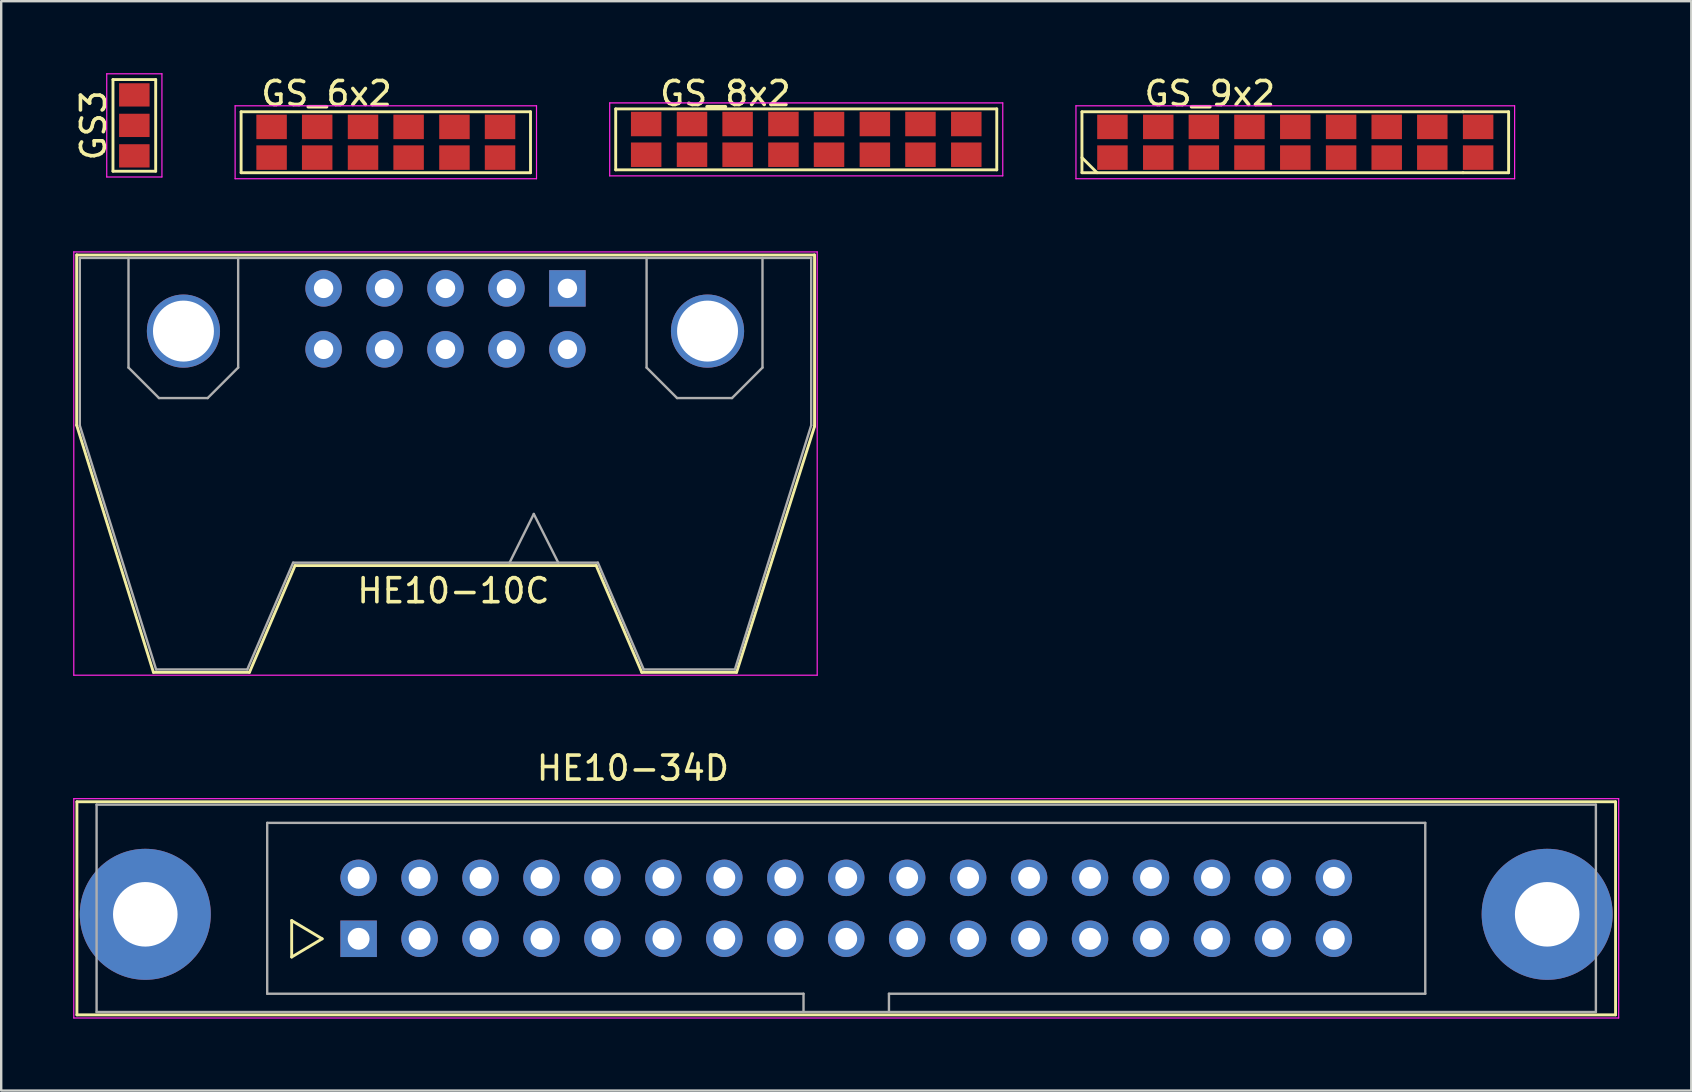
<source format=kicad_pcb>
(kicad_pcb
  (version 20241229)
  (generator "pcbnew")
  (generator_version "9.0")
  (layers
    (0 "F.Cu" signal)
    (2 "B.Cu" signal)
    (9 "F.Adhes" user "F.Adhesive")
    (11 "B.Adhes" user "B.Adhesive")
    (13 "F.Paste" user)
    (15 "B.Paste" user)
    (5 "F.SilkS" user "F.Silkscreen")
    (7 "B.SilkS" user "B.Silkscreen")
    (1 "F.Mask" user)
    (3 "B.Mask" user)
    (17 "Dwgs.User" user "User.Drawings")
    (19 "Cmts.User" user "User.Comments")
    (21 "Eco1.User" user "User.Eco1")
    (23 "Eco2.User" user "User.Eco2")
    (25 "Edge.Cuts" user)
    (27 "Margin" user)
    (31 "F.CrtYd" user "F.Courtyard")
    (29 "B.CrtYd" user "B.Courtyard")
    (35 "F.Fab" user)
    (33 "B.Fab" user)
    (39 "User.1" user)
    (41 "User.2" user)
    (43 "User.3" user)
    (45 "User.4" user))
  (footprint "GS_9x2"
    (layer "F.Cu")
    (at 50.928 2.878)
    (property "Reference" "GS_9x2" (at -3.56 -2.03 0) (layer "F.SilkS") (effects (font (size 1 1) (thickness 0.15))))
    (attr smd)
    (fp_line (start -8.89 -1.27) (end 6.99 -1.27) (stroke (width 0.12) (type solid)) (layer "F.SilkS"))
    (fp_line (start -8.89 0.64) (end -8.26 1.27) (stroke (width 0.12) (type solid)) (layer "F.SilkS"))
    (fp_line (start -8.89 1.27) (end -8.89 -1.27) (stroke (width 0.12) (type solid)) (layer "F.SilkS"))
    (fp_line (start 6.99 -1.27) (end 8.89 -1.27) (stroke (width 0.12) (type solid)) (layer "F.SilkS"))
    (fp_line (start 6.99 1.27) (end -8.89 1.27) (stroke (width 0.12) (type solid)) (layer "F.SilkS"))
    (fp_line (start 8.89 -1.27) (end 8.89 1.27) (stroke (width 0.12) (type solid)) (layer "F.SilkS"))
    (fp_line (start 8.89 1.27) (end 6.99 1.27) (stroke (width 0.12) (type solid)) (layer "F.SilkS"))
    (fp_line (start -9.14 -1.52) (end -9.14 1.52) (stroke (width 0.05) (type solid)) (layer "F.CrtYd"))
    (fp_line (start -9.14 -1.52) (end 9.14 -1.52) (stroke (width 0.05) (type solid)) (layer "F.CrtYd"))
    (fp_line (start 9.14 1.52) (end -9.14 1.52) (stroke (width 0.05) (type solid)) (layer "F.CrtYd"))
    (fp_line (start 9.14 1.52) (end 9.14 -1.52) (stroke (width 0.05) (type solid)) (layer "F.CrtYd"))
    (pad "1" smd rect (at -7.62 0.64) (size 1.27 1.02) (layers "F.Cu" "F.Mask" "F.Paste"))
    (pad "2" smd rect (at -7.62 -0.64) (size 1.27 1.02) (layers "F.Cu" "F.Mask" "F.Paste"))
    (pad "3" smd rect (at -5.71 0.64) (size 1.27 1.02) (layers "F.Cu" "F.Mask" "F.Paste"))
    (pad "4" smd rect (at -5.71 -0.64) (size 1.27 1.02) (layers "F.Cu" "F.Mask" "F.Paste"))
    (pad "5" smd rect (at -3.81 0.64) (size 1.27 1.02) (layers "F.Cu" "F.Mask" "F.Paste"))
    (pad "6" smd rect (at -3.81 -0.64) (size 1.27 1.02) (layers "F.Cu" "F.Mask" "F.Paste"))
    (pad "7" smd rect (at -1.91 0.64) (size 1.27 1.02) (layers "F.Cu" "F.Mask" "F.Paste"))
    (pad "8" smd rect (at -1.91 -0.64) (size 1.27 1.02) (layers "F.Cu" "F.Mask" "F.Paste"))
    (pad "9" smd rect (at 0 0.64) (size 1.27 1.02) (layers "F.Cu" "F.Mask" "F.Paste"))
    (pad "10" smd rect (at 0 -0.64) (size 1.27 1.02) (layers "F.Cu" "F.Mask" "F.Paste"))
    (pad "11" smd rect (at 1.91 0.64) (size 1.27 1.02) (layers "F.Cu" "F.Mask" "F.Paste"))
    (pad "12" smd rect (at 1.91 -0.64) (size 1.27 1.02) (layers "F.Cu" "F.Mask" "F.Paste"))
    (pad "13" smd rect (at 3.81 0.64) (size 1.27 1.02) (layers "F.Cu" "F.Mask" "F.Paste"))
    (pad "14" smd rect (at 3.81 -0.64) (size 1.27 1.02) (layers "F.Cu" "F.Mask" "F.Paste"))
    (pad "15" smd rect (at 5.71 0.64) (size 1.27 1.02) (layers "F.Cu" "F.Mask" "F.Paste"))
    (pad "16" smd rect (at 5.71 -0.64) (size 1.27 1.02) (layers "F.Cu" "F.Mask" "F.Paste"))
    (pad "17" smd rect (at 7.62 0.64) (size 1.27 1.02) (layers "F.Cu" "F.Mask" "F.Paste"))
    (pad "18" smd rect (at 7.62 -0.64) (size 1.27 1.02) (layers "F.Cu" "F.Mask" "F.Paste")))
  (footprint "GS_6x2"
    (layer "F.Cu")
    (at 13.028 2.878)
    (property "Reference" "GS_6x2" (at -2.47 -2.03 0) (layer "F.SilkS") (effects (font (size 1 1) (thickness 0.15))))
    (attr smd)
    (fp_line (start -6.03 -1.27) (end 6.03 -1.27) (stroke (width 0.12) (type solid)) (layer "F.SilkS"))
    (fp_line (start -6.03 1.27) (end -6.03 -1.27) (stroke (width 0.12) (type solid)) (layer "F.SilkS"))
    (fp_line (start 6.03 -1.27) (end 6.03 1.27) (stroke (width 0.12) (type solid)) (layer "F.SilkS"))
    (fp_line (start 6.03 1.27) (end -6.03 1.27) (stroke (width 0.12) (type solid)) (layer "F.SilkS"))
    (fp_line (start -6.28 -1.52) (end -6.28 1.52) (stroke (width 0.05) (type solid)) (layer "F.CrtYd"))
    (fp_line (start -6.28 -1.52) (end 6.28 -1.52) (stroke (width 0.05) (type solid)) (layer "F.CrtYd"))
    (fp_line (start 6.28 1.52) (end -6.28 1.52) (stroke (width 0.05) (type solid)) (layer "F.CrtYd"))
    (fp_line (start 6.28 1.52) (end 6.28 -1.52) (stroke (width 0.05) (type solid)) (layer "F.CrtYd"))
    (pad "1" smd rect (at -4.76 0.64) (size 1.27 1.02) (layers "F.Cu" "F.Mask" "F.Paste"))
    (pad "2" smd rect (at -4.76 -0.64) (size 1.27 1.02) (layers "F.Cu" "F.Mask" "F.Paste"))
    (pad "3" smd rect (at -2.86 0.64) (size 1.27 1.02) (layers "F.Cu" "F.Mask" "F.Paste"))
    (pad "4" smd rect (at -2.86 -0.64) (size 1.27 1.02) (layers "F.Cu" "F.Mask" "F.Paste"))
    (pad "5" smd rect (at -0.95 0.64) (size 1.27 1.02) (layers "F.Cu" "F.Mask" "F.Paste"))
    (pad "6" smd rect (at -0.95 -0.64) (size 1.27 1.02) (layers "F.Cu" "F.Mask" "F.Paste"))
    (pad "7" smd rect (at 0.95 0.64) (size 1.27 1.02) (layers "F.Cu" "F.Mask" "F.Paste"))
    (pad "8" smd rect (at 0.95 -0.64) (size 1.27 1.02) (layers "F.Cu" "F.Mask" "F.Paste"))
    (pad "9" smd rect (at 2.86 0.64) (size 1.27 1.02) (layers "F.Cu" "F.Mask" "F.Paste"))
    (pad "10" smd rect (at 2.86 -0.64) (size 1.27 1.02) (layers "F.Cu" "F.Mask" "F.Paste"))
    (pad "11" smd rect (at 4.76 0.64) (size 1.27 1.02) (layers "F.Cu" "F.Mask" "F.Paste"))
    (pad "12" smd rect (at 4.76 -0.64) (size 1.27 1.02) (layers "F.Cu" "F.Mask" "F.Paste")))
  (footprint "HE10-10C"
    (layer "F.Cu")
    (at 20.595 8.968)
    (property "Reference" "HE10-10C" (at -4.75 12.6 180) (layer "F.SilkS") (effects (font (size 1 1) (thickness 0.15))))
    (attr through_hole)
    (fp_line (start -20.45 -1.4) (end -20.45 5.7) (stroke (width 0.12) (type solid)) (layer "F.SilkS"))
    (fp_line (start -20.45 5.7) (end -17.25 16) (stroke (width 0.12) (type solid)) (layer "F.SilkS"))
    (fp_line (start -20.44 -1.39) (end 10.28 -1.39) (stroke (width 0.12) (type solid)) (layer "F.SilkS"))
    (fp_line (start -17.25 16) (end -13.25 16) (stroke (width 0.12) (type solid)) (layer "F.SilkS"))
    (fp_line (start -13.25 16) (end -11.35 11.55) (stroke (width 0.12) (type solid)) (layer "F.SilkS"))
    (fp_line (start -11.35 11.55) (end 1.2 11.55) (stroke (width 0.12) (type solid)) (layer "F.SilkS"))
    (fp_line (start 1.2 11.55) (end 3.1 16) (stroke (width 0.12) (type solid)) (layer "F.SilkS"))
    (fp_line (start 3.1 16) (end 7.05 16) (stroke (width 0.12) (type solid)) (layer "F.SilkS"))
    (fp_line (start 7.05 16) (end 10.3 5.75) (stroke (width 0.12) (type solid)) (layer "F.SilkS"))
    (fp_line (start 10.3 5.75) (end 10.3 -1.4) (stroke (width 0.12) (type solid)) (layer "F.SilkS"))
    (fp_line (start -20.57 -1.52) (end -20.57 16.12) (stroke (width 0.05) (type solid)) (layer "F.CrtYd"))
    (fp_line (start -20.57 -1.52) (end 10.41 -1.52) (stroke (width 0.05) (type solid)) (layer "F.CrtYd"))
    (fp_line (start 10.41 16.12) (end -20.57 16.12) (stroke (width 0.05) (type solid)) (layer "F.CrtYd"))
    (fp_line (start 10.41 16.12) (end 10.41 -1.52) (stroke (width 0.05) (type solid)) (layer "F.CrtYd"))
    (fp_line (start -20.32 -1.27) (end -20.32 5.71) (stroke (width 0.1) (type solid)) (layer "F.Fab"))
    (fp_line (start -20.32 5.71) (end -17.14 15.88) (stroke (width 0.1) (type solid)) (layer "F.Fab"))
    (fp_line (start -18.29 3.3) (end -18.29 -1.27) (stroke (width 0.1) (type solid)) (layer "F.Fab"))
    (fp_line (start -17.14 15.88) (end -13.34 15.88) (stroke (width 0.1) (type solid)) (layer "F.Fab"))
    (fp_line (start -17.02 4.57) (end -18.29 3.3) (stroke (width 0.1) (type solid)) (layer "F.Fab"))
    (fp_line (start -14.99 4.57) (end -17.02 4.57) (stroke (width 0.1) (type solid)) (layer "F.Fab"))
    (fp_line (start -13.72 -1.27) (end -13.72 3.3) (stroke (width 0.1) (type solid)) (layer "F.Fab"))
    (fp_line (start -13.72 3.3) (end -14.99 4.57) (stroke (width 0.1) (type solid)) (layer "F.Fab"))
    (fp_line (start -13.34 15.88) (end -11.43 11.43) (stroke (width 0.1) (type solid)) (layer "F.Fab"))
    (fp_line (start -11.43 11.43) (end 1.27 11.43) (stroke (width 0.1) (type solid)) (layer "F.Fab"))
    (fp_line (start -1.4 9.4) (end -2.41 11.43) (stroke (width 0.1) (type solid)) (layer "F.Fab"))
    (fp_line (start -0.38 11.43) (end -1.4 9.4) (stroke (width 0.1) (type solid)) (layer "F.Fab"))
    (fp_line (start 3.18 15.88) (end 1.27 11.43) (stroke (width 0.1) (type solid)) (layer "F.Fab"))
    (fp_line (start 3.3 3.3) (end 3.3 -1.27) (stroke (width 0.1) (type solid)) (layer "F.Fab"))
    (fp_line (start 4.57 4.57) (end 3.3 3.3) (stroke (width 0.1) (type solid)) (layer "F.Fab"))
    (fp_line (start 6.86 4.57) (end 4.57 4.57) (stroke (width 0.1) (type solid)) (layer "F.Fab"))
    (fp_line (start 6.98 15.88) (end 3.18 15.88) (stroke (width 0.1) (type solid)) (layer "F.Fab"))
    (fp_line (start 8.13 -1.27) (end 8.13 3.3) (stroke (width 0.1) (type solid)) (layer "F.Fab"))
    (fp_line (start 8.13 3.3) (end 6.86 4.57) (stroke (width 0.1) (type solid)) (layer "F.Fab"))
    (fp_line (start 10.16 -1.27) (end -20.32 -1.27) (stroke (width 0.1) (type solid)) (layer "F.Fab"))
    (fp_line (start 10.16 -1.27) (end 10.16 5.71) (stroke (width 0.1) (type solid)) (layer "F.Fab"))
    (fp_line (start 10.16 5.71) (end 6.98 15.88) (stroke (width 0.1) (type solid)) (layer "F.Fab"))
    (pad "0" thru_hole circle (at -16 1.78) (size 3.05 3.05) (drill 2.54) (layers "*.Cu" "*.Mask"))
    (pad "0" thru_hole circle (at 5.84 1.78) (size 3.05 3.05) (drill 2.54) (layers "*.Cu" "*.Mask"))
    (pad "1" thru_hole rect (at 0 0) (size 1.52 1.52) (drill 0.81) (layers "*.Cu" "*.Mask"))
    (pad "2" thru_hole circle (at 0 2.54) (size 1.52 1.52) (drill 0.81) (layers "*.Cu" "*.Mask"))
    (pad "3" thru_hole circle (at -2.54 0) (size 1.52 1.52) (drill 0.81) (layers "*.Cu" "*.Mask"))
    (pad "4" thru_hole circle (at -2.54 2.54) (size 1.52 1.52) (drill 0.81) (layers "*.Cu" "*.Mask"))
    (pad "5" thru_hole circle (at -5.08 0) (size 1.52 1.52) (drill 0.81) (layers "*.Cu" "*.Mask"))
    (pad "6" thru_hole circle (at -5.08 2.54) (size 1.52 1.52) (drill 0.81) (layers "*.Cu" "*.Mask"))
    (pad "7" thru_hole circle (at -7.62 0) (size 1.52 1.52) (drill 0.81) (layers "*.Cu" "*.Mask"))
    (pad "8" thru_hole circle (at -7.62 2.54) (size 1.52 1.52) (drill 0.81) (layers "*.Cu" "*.Mask"))
    (pad "9" thru_hole circle (at -10.16 0) (size 1.52 1.52) (drill 0.81) (layers "*.Cu" "*.Mask"))
    (pad "10" thru_hole circle (at -10.16 2.54) (size 1.52 1.52) (drill 0.81) (layers "*.Cu" "*.Mask")))
  (footprint "GS_8x2"
    (layer "F.Cu")
    (at 30.548 2.758)
    (property "Reference" "GS_8x2" (at -3.37 -1.91 0) (layer "F.SilkS") (effects (font (size 1 1) (thickness 0.15))))
    (attr smd)
    (fp_line (start -7.94 -1.27) (end 7.94 -1.27) (stroke (width 0.12) (type solid)) (layer "F.SilkS"))
    (fp_line (start -7.94 1.27) (end -7.94 -1.27) (stroke (width 0.12) (type solid)) (layer "F.SilkS"))
    (fp_line (start 7.94 -1.27) (end 7.94 1.27) (stroke (width 0.12) (type solid)) (layer "F.SilkS"))
    (fp_line (start 7.94 1.27) (end -7.94 1.27) (stroke (width 0.12) (type solid)) (layer "F.SilkS"))
    (fp_line (start -8.19 -1.52) (end -8.19 1.52) (stroke (width 0.05) (type solid)) (layer "F.CrtYd"))
    (fp_line (start -8.19 -1.52) (end 8.19 -1.52) (stroke (width 0.05) (type solid)) (layer "F.CrtYd"))
    (fp_line (start 8.19 1.52) (end -8.19 1.52) (stroke (width 0.05) (type solid)) (layer "F.CrtYd"))
    (fp_line (start 8.19 1.52) (end 8.19 -1.52) (stroke (width 0.05) (type solid)) (layer "F.CrtYd"))
    (pad "1" smd rect (at -6.67 0.64) (size 1.27 1.02) (layers "F.Cu" "F.Mask" "F.Paste"))
    (pad "2" smd rect (at -6.67 -0.64) (size 1.27 1.02) (layers "F.Cu" "F.Mask" "F.Paste"))
    (pad "3" smd rect (at -4.76 0.64) (size 1.27 1.02) (layers "F.Cu" "F.Mask" "F.Paste"))
    (pad "4" smd rect (at -4.76 -0.64) (size 1.27 1.02) (layers "F.Cu" "F.Mask" "F.Paste"))
    (pad "5" smd rect (at -2.86 0.64) (size 1.27 1.02) (layers "F.Cu" "F.Mask" "F.Paste"))
    (pad "6" smd rect (at -2.86 -0.64) (size 1.27 1.02) (layers "F.Cu" "F.Mask" "F.Paste"))
    (pad "7" smd rect (at -0.95 0.64) (size 1.27 1.02) (layers "F.Cu" "F.Mask" "F.Paste"))
    (pad "8" smd rect (at -0.95 -0.64) (size 1.27 1.02) (layers "F.Cu" "F.Mask" "F.Paste"))
    (pad "9" smd rect (at 0.95 0.64) (size 1.27 1.02) (layers "F.Cu" "F.Mask" "F.Paste"))
    (pad "10" smd rect (at 0.95 -0.64) (size 1.27 1.02) (layers "F.Cu" "F.Mask" "F.Paste"))
    (pad "11" smd rect (at 2.86 0.64) (size 1.27 1.02) (layers "F.Cu" "F.Mask" "F.Paste"))
    (pad "12" smd rect (at 2.86 -0.64) (size 1.27 1.02) (layers "F.Cu" "F.Mask" "F.Paste"))
    (pad "13" smd rect (at 4.76 0.64) (size 1.27 1.02) (layers "F.Cu" "F.Mask" "F.Paste"))
    (pad "14" smd rect (at 4.76 -0.64) (size 1.27 1.02) (layers "F.Cu" "F.Mask" "F.Paste"))
    (pad "15" smd rect (at 6.67 0.64) (size 1.27 1.02) (layers "F.Cu" "F.Mask" "F.Paste"))
    (pad "16" smd rect (at 6.67 -0.64) (size 1.27 1.02) (layers "F.Cu" "F.Mask" "F.Paste")))
  (footprint "GS3"
    (layer "F.Cu")
    (at 2.548 2.175)
    (property "Reference" "GS3" (at -1.7 0 90) (layer "F.SilkS") (effects (font (size 1 1) (thickness 0.15))))
    (attr smd)
    (fp_line (start -0.89 -1.91) (end -0.89 1.91) (stroke (width 0.12) (type solid)) (layer "F.SilkS"))
    (fp_line (start -0.89 -1.91) (end 0.89 -1.91) (stroke (width 0.12) (type solid)) (layer "F.SilkS"))
    (fp_line (start -0.89 1.91) (end 0.89 1.91) (stroke (width 0.12) (type solid)) (layer "F.SilkS"))
    (fp_line (start 0.89 1.91) (end 0.89 -1.91) (stroke (width 0.12) (type solid)) (layer "F.SilkS"))
    (fp_line (start -1.15 -2.15) (end 1.15 -2.15) (stroke (width 0.05) (type solid)) (layer "F.CrtYd"))
    (fp_line (start -1.15 2.15) (end -1.15 -2.15) (stroke (width 0.05) (type solid)) (layer "F.CrtYd"))
    (fp_line (start 1.15 -2.15) (end 1.15 2.15) (stroke (width 0.05) (type solid)) (layer "F.CrtYd"))
    (fp_line (start 1.15 2.15) (end -1.15 2.15) (stroke (width 0.05) (type solid)) (layer "F.CrtYd"))
    (pad "1" smd rect (at 0 -1.27) (size 1.27 0.97) (layers "F.Cu" "F.Mask" "F.Paste"))
    (pad "2" smd rect (at 0 0) (size 1.27 0.97) (layers "F.Cu" "F.Mask" "F.Paste"))
    (pad "3" smd rect (at 0 1.27) (size 1.27 0.97) (layers "F.Cu" "F.Mask" "F.Paste")))
  (footprint "HE10-34D"
    (layer "F.Cu")
    (at 11.895 36.072)
    (property "Reference" "HE10-34D" (at 11.43 -7.11 0) (layer "F.SilkS") (effects (font (size 1 1) (thickness 0.15))))
    (attr through_hole)
    (fp_line (start -11.74 -5.71) (end -11.74 3.17) (stroke (width 0.12) (type solid)) (layer "F.SilkS"))
    (fp_line (start -11.74 -5.71) (end 52.38 -5.71) (stroke (width 0.12) (type solid)) (layer "F.SilkS"))
    (fp_line (start -2.79 -0.76) (end -2.79 0.76) (stroke (width 0.12) (type solid)) (layer "F.SilkS"))
    (fp_line (start -2.79 0.76) (end -1.52 0) (stroke (width 0.12) (type solid)) (layer "F.SilkS"))
    (fp_line (start -1.52 0) (end -2.79 -0.76) (stroke (width 0.12) (type solid)) (layer "F.SilkS"))
    (fp_line (start 52.38 3.17) (end -11.74 3.17) (stroke (width 0.12) (type solid)) (layer "F.SilkS"))
    (fp_line (start 52.38 3.17) (end 52.38 -5.71) (stroke (width 0.12) (type solid)) (layer "F.SilkS"))
    (fp_line (start -11.87 -5.84) (end -11.87 3.3) (stroke (width 0.05) (type solid)) (layer "F.CrtYd"))
    (fp_line (start -11.87 -5.84) (end 52.51 -5.84) (stroke (width 0.05) (type solid)) (layer "F.CrtYd"))
    (fp_line (start 52.51 3.3) (end -11.87 3.3) (stroke (width 0.05) (type solid)) (layer "F.CrtYd"))
    (fp_line (start 52.51 3.3) (end 52.51 -5.84) (stroke (width 0.05) (type solid)) (layer "F.CrtYd"))
    (fp_line (start -10.92 -5.59) (end -10.92 3.05) (stroke (width 0.1) (type solid)) (layer "F.Fab"))
    (fp_line (start -10.92 3.05) (end 51.56 3.05) (stroke (width 0.1) (type solid)) (layer "F.Fab"))
    (fp_line (start -3.81 -4.83) (end 44.45 -4.83) (stroke (width 0.1) (type solid)) (layer "F.Fab"))
    (fp_line (start -3.81 2.29) (end -3.81 -4.83) (stroke (width 0.1) (type solid)) (layer "F.Fab"))
    (fp_line (start 18.54 2.29) (end -3.81 2.29) (stroke (width 0.1) (type solid)) (layer "F.Fab"))
    (fp_line (start 18.54 3.05) (end 18.54 2.29) (stroke (width 0.1) (type solid)) (layer "F.Fab"))
    (fp_line (start 22.1 2.29) (end 22.1 3.05) (stroke (width 0.1) (type solid)) (layer "F.Fab"))
    (fp_line (start 44.45 -4.83) (end 44.45 2.29) (stroke (width 0.1) (type solid)) (layer "F.Fab"))
    (fp_line (start 44.45 2.29) (end 22.1 2.29) (stroke (width 0.1) (type solid)) (layer "F.Fab"))
    (fp_line (start 51.56 -5.59) (end -10.92 -5.59) (stroke (width 0.1) (type solid)) (layer "F.Fab"))
    (fp_line (start 51.56 3.05) (end 51.56 -5.59) (stroke (width 0.1) (type solid)) (layer "F.Fab"))
    (pad "" thru_hole circle (at -8.89 -1.02) (size 5.46 5.46) (drill 2.69) (layers "*.Cu" "*.Mask"))
    (pad "" thru_hole circle (at 49.53 -1.02) (size 5.46 5.46) (drill 2.69) (layers "*.Cu" "*.Mask"))
    (pad "1" thru_hole rect (at 0 0) (size 1.52 1.52) (drill 0.91) (layers "*.Cu" "*.Mask"))
    (pad "2" thru_hole circle (at 0 -2.54) (size 1.52 1.52) (drill 0.91) (layers "*.Cu" "*.Mask"))
    (pad "3" thru_hole circle (at 2.54 0) (size 1.52 1.52) (drill 0.91) (layers "*.Cu" "*.Mask"))
    (pad "4" thru_hole circle (at 2.54 -2.54) (size 1.52 1.52) (drill 0.91) (layers "*.Cu" "*.Mask"))
    (pad "5" thru_hole circle (at 5.08 0) (size 1.52 1.52) (drill 0.91) (layers "*.Cu" "*.Mask"))
    (pad "6" thru_hole circle (at 5.08 -2.54) (size 1.52 1.52) (drill 0.91) (layers "*.Cu" "*.Mask"))
    (pad "7" thru_hole circle (at 7.62 0) (size 1.52 1.52) (drill 0.91) (layers "*.Cu" "*.Mask"))
    (pad "8" thru_hole circle (at 7.62 -2.54) (size 1.52 1.52) (drill 0.91) (layers "*.Cu" "*.Mask"))
    (pad "9" thru_hole circle (at 10.16 0) (size 1.52 1.52) (drill 0.91) (layers "*.Cu" "*.Mask"))
    (pad "10" thru_hole circle (at 10.16 -2.54) (size 1.52 1.52) (drill 0.91) (layers "*.Cu" "*.Mask"))
    (pad "11" thru_hole circle (at 12.7 0) (size 1.52 1.52) (drill 0.91) (layers "*.Cu" "*.Mask"))
    (pad "12" thru_hole circle (at 12.7 -2.54) (size 1.52 1.52) (drill 0.91) (layers "*.Cu" "*.Mask"))
    (pad "13" thru_hole circle (at 15.24 0) (size 1.52 1.52) (drill 0.91) (layers "*.Cu" "*.Mask"))
    (pad "14" thru_hole circle (at 15.24 -2.54) (size 1.52 1.52) (drill 0.91) (layers "*.Cu" "*.Mask"))
    (pad "15" thru_hole circle (at 17.78 0) (size 1.52 1.52) (drill 0.91) (layers "*.Cu" "*.Mask"))
    (pad "16" thru_hole circle (at 17.78 -2.54) (size 1.52 1.52) (drill 0.91) (layers "*.Cu" "*.Mask"))
    (pad "17" thru_hole circle (at 20.32 0) (size 1.52 1.52) (drill 0.91) (layers "*.Cu" "*.Mask"))
    (pad "18" thru_hole circle (at 20.32 -2.54) (size 1.52 1.52) (drill 0.91) (layers "*.Cu" "*.Mask"))
    (pad "19" thru_hole circle (at 22.86 0) (size 1.52 1.52) (drill 0.91) (layers "*.Cu" "*.Mask"))
    (pad "20" thru_hole circle (at 22.86 -2.54) (size 1.52 1.52) (drill 0.91) (layers "*.Cu" "*.Mask"))
    (pad "21" thru_hole circle (at 25.4 0) (size 1.52 1.52) (drill 0.91) (layers "*.Cu" "*.Mask"))
    (pad "22" thru_hole circle (at 25.4 -2.54) (size 1.52 1.52) (drill 0.91) (layers "*.Cu" "*.Mask"))
    (pad "23" thru_hole circle (at 27.94 0) (size 1.52 1.52) (drill 0.91) (layers "*.Cu" "*.Mask"))
    (pad "24" thru_hole circle (at 27.94 -2.54) (size 1.52 1.52) (drill 0.91) (layers "*.Cu" "*.Mask"))
    (pad "25" thru_hole circle (at 30.48 0) (size 1.52 1.52) (drill 0.91) (layers "*.Cu" "*.Mask"))
    (pad "26" thru_hole circle (at 30.48 -2.54) (size 1.52 1.52) (drill 0.91) (layers "*.Cu" "*.Mask"))
    (pad "27" thru_hole circle (at 33.02 0) (size 1.52 1.52) (drill 0.91) (layers "*.Cu" "*.Mask"))
    (pad "28" thru_hole circle (at 33.02 -2.54) (size 1.52 1.52) (drill 0.91) (layers "*.Cu" "*.Mask"))
    (pad "29" thru_hole circle (at 35.56 0) (size 1.52 1.52) (drill 0.91) (layers "*.Cu" "*.Mask"))
    (pad "30" thru_hole circle (at 35.56 -2.54) (size 1.52 1.52) (drill 0.91) (layers "*.Cu" "*.Mask"))
    (pad "31" thru_hole circle (at 38.1 0) (size 1.52 1.52) (drill 0.91) (layers "*.Cu" "*.Mask"))
    (pad "32" thru_hole circle (at 38.1 -2.54) (size 1.52 1.52) (drill 0.91) (layers "*.Cu" "*.Mask"))
    (pad "33" thru_hole circle (at 40.64 0) (size 1.52 1.52) (drill 0.91) (layers "*.Cu" "*.Mask"))
    (pad "34" thru_hole circle (at 40.64 -2.54) (size 1.52 1.52) (drill 0.91) (layers "*.Cu" "*.Mask")))
  (gr_rect
    (start -3 -3)
    (end 67.43 42.397)
    (stroke (width 0.1) (type default))
    (fill no)
    (layer "Edge.Cuts")))
</source>
